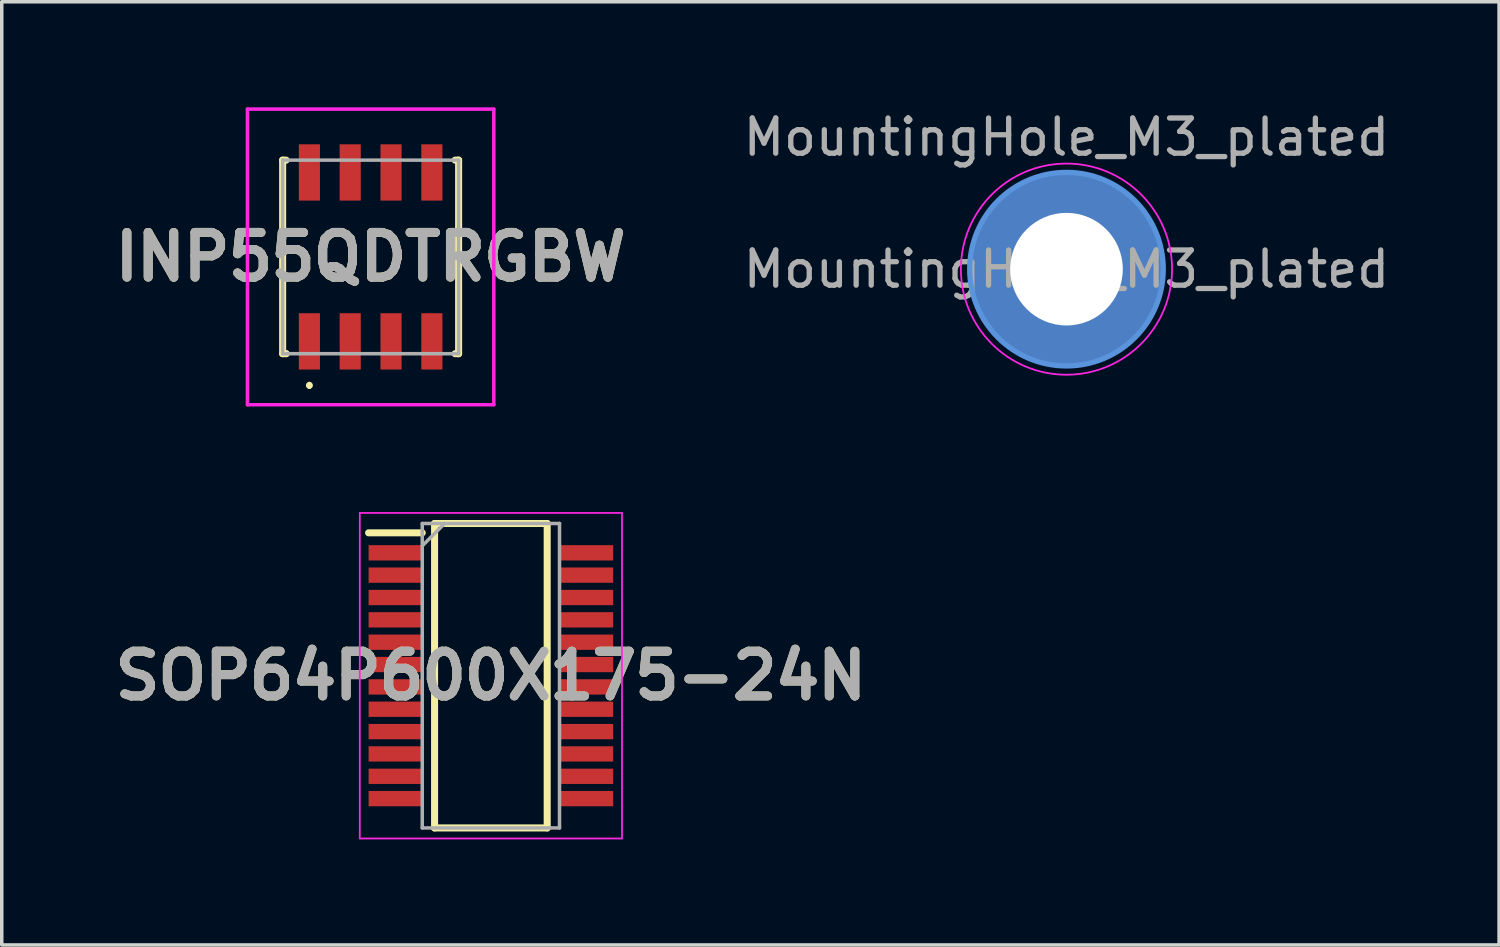
<source format=kicad_pcb>
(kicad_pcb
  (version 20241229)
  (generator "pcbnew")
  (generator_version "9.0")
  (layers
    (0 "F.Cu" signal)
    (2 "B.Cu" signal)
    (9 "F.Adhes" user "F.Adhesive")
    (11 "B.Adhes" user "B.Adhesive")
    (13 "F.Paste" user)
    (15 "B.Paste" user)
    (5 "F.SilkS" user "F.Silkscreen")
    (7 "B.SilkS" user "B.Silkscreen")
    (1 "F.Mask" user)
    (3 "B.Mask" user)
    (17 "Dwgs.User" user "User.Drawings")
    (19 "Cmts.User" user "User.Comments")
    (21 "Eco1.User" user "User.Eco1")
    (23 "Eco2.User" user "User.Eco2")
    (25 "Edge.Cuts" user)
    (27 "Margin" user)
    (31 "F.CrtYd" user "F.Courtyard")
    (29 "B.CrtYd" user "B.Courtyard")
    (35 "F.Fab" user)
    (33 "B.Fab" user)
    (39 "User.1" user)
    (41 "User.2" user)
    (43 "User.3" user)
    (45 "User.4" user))
  (footprint "SOP64P600X175-24N"
    (layer "F.Cu")
    (at 10.898 16.15)
    (property "Reference" "SOP64P600X175-24N" (at 0 0 0) (layer "F.SilkS") (effects (font (size 1.27 1.27) (thickness 0.254))))
    (attr smd)
    (fp_line (start -3.475 -4.06) (end -1.95 -4.06) (stroke (width 0.2) (type solid)) (layer "F.SilkS"))
    (fp_line (start -1.6 -4.325) (end 1.6 -4.325) (stroke (width 0.2) (type solid)) (layer "F.SilkS"))
    (fp_line (start -1.6 4.325) (end -1.6 -4.325) (stroke (width 0.2) (type solid)) (layer "F.SilkS"))
    (fp_line (start 1.6 -4.325) (end 1.6 4.325) (stroke (width 0.2) (type solid)) (layer "F.SilkS"))
    (fp_line (start 1.6 4.325) (end -1.6 4.325) (stroke (width 0.2) (type solid)) (layer "F.SilkS"))
    (fp_line (start -3.725 -4.625) (end 3.725 -4.625) (stroke (width 0.05) (type solid)) (layer "F.CrtYd"))
    (fp_line (start -3.725 4.625) (end -3.725 -4.625) (stroke (width 0.05) (type solid)) (layer "F.CrtYd"))
    (fp_line (start 3.725 -4.625) (end 3.725 4.625) (stroke (width 0.05) (type solid)) (layer "F.CrtYd"))
    (fp_line (start 3.725 4.625) (end -3.725 4.625) (stroke (width 0.05) (type solid)) (layer "F.CrtYd"))
    (fp_line (start -1.95 -4.325) (end 1.95 -4.325) (stroke (width 0.1) (type solid)) (layer "F.Fab"))
    (fp_line (start -1.95 -3.69) (end -1.315 -4.325) (stroke (width 0.1) (type solid)) (layer "F.Fab"))
    (fp_line (start -1.95 4.325) (end -1.95 -4.325) (stroke (width 0.1) (type solid)) (layer "F.Fab"))
    (fp_line (start 1.95 -4.325) (end 1.95 4.325) (stroke (width 0.1) (type solid)) (layer "F.Fab"))
    (fp_line (start 1.95 4.325) (end -1.95 4.325) (stroke (width 0.1) (type solid)) (layer "F.Fab"))
    (fp_text user "${REFERENCE}" (at 0 0 0) (layer "F.Fab") (effects (font (size 1.27 1.27) (thickness 0.254))))
    (pad "1" smd rect (at -2.712 -3.492 90) (size 0.435 1.525) (layers "F.Cu" "F.Mask" "F.Paste"))
    (pad "2" smd rect (at -2.712 -2.858 90) (size 0.435 1.525) (layers "F.Cu" "F.Mask" "F.Paste"))
    (pad "3" smd rect (at -2.712 -2.222 90) (size 0.435 1.525) (layers "F.Cu" "F.Mask" "F.Paste"))
    (pad "4" smd rect (at -2.712 -1.588 90) (size 0.435 1.525) (layers "F.Cu" "F.Mask" "F.Paste"))
    (pad "5" smd rect (at -2.712 -0.952 90) (size 0.435 1.525) (layers "F.Cu" "F.Mask" "F.Paste"))
    (pad "6" smd rect (at -2.712 -0.318 90) (size 0.435 1.525) (layers "F.Cu" "F.Mask" "F.Paste"))
    (pad "7" smd rect (at -2.712 0.318 90) (size 0.435 1.525) (layers "F.Cu" "F.Mask" "F.Paste"))
    (pad "8" smd rect (at -2.712 0.952 90) (size 0.435 1.525) (layers "F.Cu" "F.Mask" "F.Paste"))
    (pad "9" smd rect (at -2.712 1.588 90) (size 0.435 1.525) (layers "F.Cu" "F.Mask" "F.Paste"))
    (pad "10" smd rect (at -2.712 2.222 90) (size 0.435 1.525) (layers "F.Cu" "F.Mask" "F.Paste"))
    (pad "11" smd rect (at -2.712 2.858 90) (size 0.435 1.525) (layers "F.Cu" "F.Mask" "F.Paste"))
    (pad "12" smd rect (at -2.712 3.492 90) (size 0.435 1.525) (layers "F.Cu" "F.Mask" "F.Paste"))
    (pad "13" smd rect (at 2.712 3.492 90) (size 0.435 1.525) (layers "F.Cu" "F.Mask" "F.Paste"))
    (pad "14" smd rect (at 2.712 2.858 90) (size 0.435 1.525) (layers "F.Cu" "F.Mask" "F.Paste"))
    (pad "15" smd rect (at 2.712 2.222 90) (size 0.435 1.525) (layers "F.Cu" "F.Mask" "F.Paste"))
    (pad "16" smd rect (at 2.712 1.588 90) (size 0.435 1.525) (layers "F.Cu" "F.Mask" "F.Paste"))
    (pad "17" smd rect (at 2.712 0.952 90) (size 0.435 1.525) (layers "F.Cu" "F.Mask" "F.Paste"))
    (pad "18" smd rect (at 2.712 0.318 90) (size 0.435 1.525) (layers "F.Cu" "F.Mask" "F.Paste"))
    (pad "19" smd rect (at 2.712 -0.318 90) (size 0.435 1.525) (layers "F.Cu" "F.Mask" "F.Paste"))
    (pad "20" smd rect (at 2.712 -0.952 90) (size 0.435 1.525) (layers "F.Cu" "F.Mask" "F.Paste"))
    (pad "21" smd rect (at 2.712 -1.588 90) (size 0.435 1.525) (layers "F.Cu" "F.Mask" "F.Paste"))
    (pad "22" smd rect (at 2.712 -2.222 90) (size 0.435 1.525) (layers "F.Cu" "F.Mask" "F.Paste"))
    (pad "23" smd rect (at 2.712 -2.858 90) (size 0.435 1.525) (layers "F.Cu" "F.Mask" "F.Paste"))
    (pad "24" smd rect (at 2.712 -3.492 90) (size 0.435 1.525) (layers "F.Cu" "F.Mask" "F.Paste")))
  (footprint "MountingHole_M3_plated"
    (layer "F.Cu")
    (at 27.253 4.598)
    (property "Reference" "MountingHole_M3_plated" (at 0 -3.75 180) (layer "F.Fab") (effects (font (size 1 1) (thickness 0.15))))
    (attr exclude_from_pos_files)
    (fp_circle (center 0 0) (end 2.75 0) (stroke (width 0.15) (type solid)) (fill no) (layer "Cmts.User"))
    (fp_circle (center 0 0) (end 3 0) (stroke (width 0.05) (type solid)) (fill no) (layer "F.CrtYd"))
    (fp_text user "${REFERENCE}" (at 0 0 180) (layer "F.Fab") (effects (font (size 1 1) (thickness 0.15))))
    (pad "" thru_hole circle (at 0 0 90) (size 5.4 5.4) (drill 3.2) (layers "*.Cu" "*.Mask")))
  (footprint "INP55QDTRGBW"
    (layer "F.Cu")
    (at 7.481 4.25)
    (property "Reference" "INP55QDTRGBW" (at 0 0 0) (layer "F.SilkS") (effects (font (size 1.27 1.27) (thickness 0.254))))
    (attr smd)
    (fp_line (start -2.5 -2.75) (end -2.5 2.75) (stroke (width 0.2) (type solid)) (layer "F.SilkS"))
    (fp_line (start -2.5 2.75) (end -2.4 2.75) (stroke (width 0.2) (type solid)) (layer "F.SilkS"))
    (fp_line (start -2.4 -2.75) (end -2.5 -2.75) (stroke (width 0.2) (type solid)) (layer "F.SilkS"))
    (fp_line (start -2.4 2.75) (end -2.4 2.75) (stroke (width 0.2) (type solid)) (layer "F.SilkS"))
    (fp_line (start -1.74 3.6) (end -1.74 3.6) (stroke (width 0.1) (type solid)) (layer "F.SilkS"))
    (fp_line (start -1.74 3.7) (end -1.74 3.7) (stroke (width 0.1) (type solid)) (layer "F.SilkS"))
    (fp_line (start 2.4 -2.75) (end 2.5 -2.75) (stroke (width 0.2) (type solid)) (layer "F.SilkS"))
    (fp_line (start 2.5 -2.75) (end 2.5 2.75) (stroke (width 0.2) (type solid)) (layer "F.SilkS"))
    (fp_line (start 2.5 2.75) (end 2.4 2.75) (stroke (width 0.2) (type solid)) (layer "F.SilkS"))
    (fp_arc (start -1.74 3.6) (mid -1.69 3.65) (end -1.74 3.7) (stroke (width 0.1) (type solid)) (layer "F.SilkS"))
    (fp_arc (start -1.74 3.7) (mid -1.79 3.65) (end -1.74 3.6) (stroke (width 0.1) (type solid)) (layer "F.SilkS"))
    (fp_line (start -3.5 -4.2) (end 3.5 -4.2) (stroke (width 0.1) (type solid)) (layer "F.CrtYd"))
    (fp_line (start -3.5 4.2) (end -3.5 -4.2) (stroke (width 0.1) (type solid)) (layer "F.CrtYd"))
    (fp_line (start 3.5 -4.2) (end 3.5 4.2) (stroke (width 0.1) (type solid)) (layer "F.CrtYd"))
    (fp_line (start 3.5 4.2) (end -3.5 4.2) (stroke (width 0.1) (type solid)) (layer "F.CrtYd"))
    (fp_line (start -2.5 -2.75) (end 2.5 -2.75) (stroke (width 0.1) (type solid)) (layer "F.Fab"))
    (fp_line (start -2.5 2.75) (end -2.5 -2.75) (stroke (width 0.1) (type solid)) (layer "F.Fab"))
    (fp_line (start 2.5 -2.75) (end 2.5 2.75) (stroke (width 0.1) (type solid)) (layer "F.Fab"))
    (fp_line (start 2.5 2.75) (end -2.5 2.75) (stroke (width 0.1) (type solid)) (layer "F.Fab"))
    (fp_text user "${REFERENCE}" (at 0 0 0) (layer "F.Fab") (effects (font (size 1.27 1.27) (thickness 0.254))))
    (pad "1" smd rect (at -1.74 2.4) (size 0.6 1.6) (layers "F.Cu" "F.Mask" "F.Paste"))
    (pad "2" smd rect (at -0.58 2.4) (size 0.6 1.6) (layers "F.Cu" "F.Mask" "F.Paste"))
    (pad "3" smd rect (at 0.58 2.4) (size 0.6 1.6) (layers "F.Cu" "F.Mask" "F.Paste"))
    (pad "4" smd rect (at 1.74 2.4) (size 0.6 1.6) (layers "F.Cu" "F.Mask" "F.Paste"))
    (pad "5" smd rect (at 1.74 -2.4) (size 0.6 1.6) (layers "F.Cu" "F.Mask" "F.Paste"))
    (pad "6" smd rect (at 0.58 -2.4) (size 0.6 1.6) (layers "F.Cu" "F.Mask" "F.Paste"))
    (pad "7" smd rect (at -0.58 -2.4) (size 0.6 1.6) (layers "F.Cu" "F.Mask" "F.Paste"))
    (pad "8" smd rect (at -1.74 -2.4) (size 0.6 1.6) (layers "F.Cu" "F.Mask" "F.Paste")))
  (gr_rect
    (start -3 -3)
    (end 39.545 23.8)
    (stroke (width 0.1) (type default))
    (fill no)
    (layer "Edge.Cuts")))
</source>
